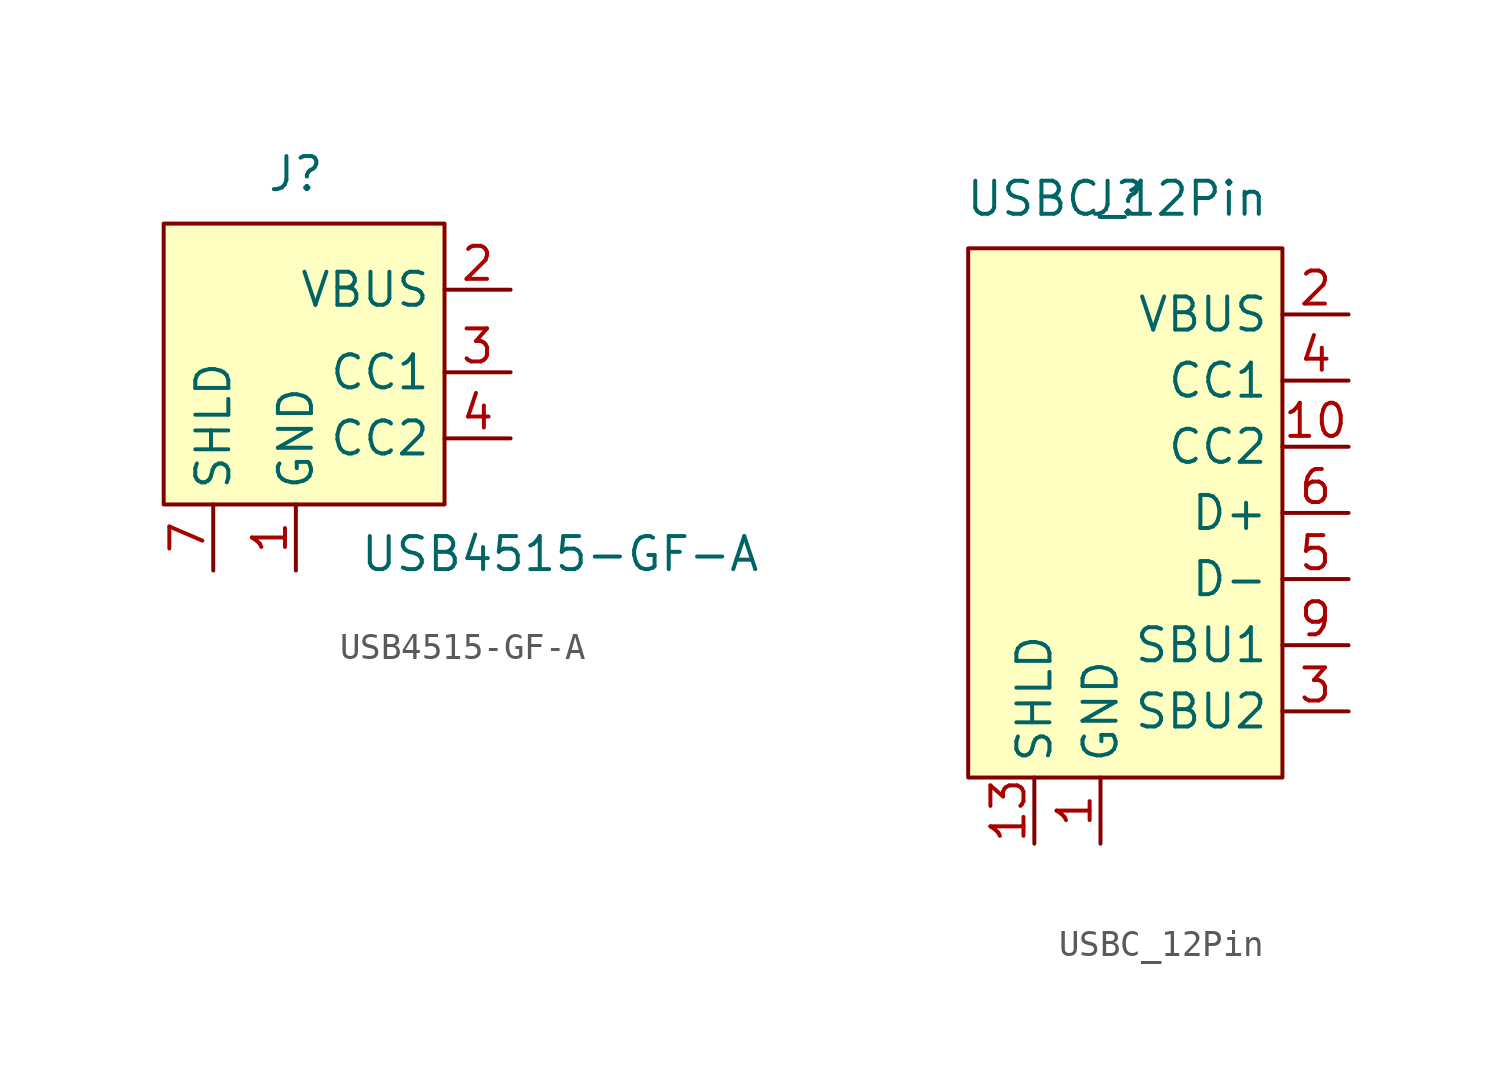
<source format=kicad_sym>
(kicad_symbol_lib
  (version 20231120)
  (generator "kicad_symbol_editor")
  (generator_version "8.0")
  (symbol "USB4515-GF-A"
    (property "Reference" "J"
      (at 5.08 1.905 0)
      (effects (font (size 1.27 1.27))))
    (property "Value" "USB4515-GF-A"
      (at 15.24 -12.7 0)
      (effects (font (size 1.27 1.27))))
    (symbol "USB4515-GF-A_0_1"
      (rectangle (start 0 0) (end 10.795 -10.795) (stroke (width 0) (type default)) (fill (type background))))
    (symbol "USB4515-GF-A_1_1"
      (pin input line (at 5.08 -13.335 90) (length 2.54) (name "GND" (effects (font (size 1.27 1.27)))) (number "1" (effects (font (size 1.27 1.27)))))
      (pin input line (at 13.335 -2.54 180) (length 2.54) (name "VBUS" (effects (font (size 1.27 1.27)))) (number "2" (effects (font (size 1.27 1.27)))))
      (pin input line (at 13.335 -5.715 180) (length 2.54) (name "CC1" (effects (font (size 1.27 1.27)))) (number "3" (effects (font (size 1.27 1.27)))))
      (pin input line (at 13.335 -8.255 180) (length 2.54) (name "CC2" (effects (font (size 1.27 1.27)))) (number "4" (effects (font (size 1.27 1.27)))))
      (pin input line (at 13.335 -2.54 180) (length 2.54) hide (name "VBUS" (effects (font (size 1.27 1.27)))) (number "5" (effects (font (size 1.27 1.27)))))
      (pin input line (at 5.08 -13.335 90) (length 2.54) hide (name "GND" (effects (font (size 1.27 1.27)))) (number "6" (effects (font (size 1.27 1.27)))))
      (pin input line (at 1.905 -13.335 90) (length 2.54) (name "SHLD" (effects (font (size 1.27 1.27)))) (number "7" (effects (font (size 1.27 1.27)))))))
  (symbol "USBC_12Pin"
    (property "Reference" "J"
      (at -0.635 3.175 0)
      (effects (font (size 1.27 1.27))))
    (property "Value" "USBC_12Pin"
      (at -0.635 3.175 0)
      (effects (font (size 1.27 1.27))))
    (symbol "USBC_12Pin_0_1"
      (rectangle (start -6.35 1.27) (end 5.715 -19.05) (stroke (width 0) (type default)) (fill (type background))))
    (symbol "USBC_12Pin_1_1"
      (pin input line (at -1.27 -21.59 90) (length 2.54) (name "GND" (effects (font (size 1.27 1.27)))) (number "1" (effects (font (size 1.27 1.27)))))
      (pin input line (at 8.255 -6.35 180) (length 2.54) (name "CC2" (effects (font (size 1.27 1.27)))) (number "10" (effects (font (size 1.27 1.27)))))
      (pin input line (at 8.255 -1.27 180) (length 2.54) hide (name "VBUS" (effects (font (size 1.27 1.27)))) (number "11" (effects (font (size 1.27 1.27)))))
      (pin input line (at -1.27 -21.59 90) (length 2.54) hide (name "GND" (effects (font (size 1.27 1.27)))) (number "12" (effects (font (size 1.27 1.27)))))
      (pin input line (at -3.81 -21.59 90) (length 2.54) (name "SHLD" (effects (font (size 1.27 1.27)))) (number "13" (effects (font (size 1.27 1.27)))))
      (pin input line (at 8.255 -1.27 180) (length 2.54) (name "VBUS" (effects (font (size 1.27 1.27)))) (number "2" (effects (font (size 1.27 1.27)))))
      (pin input line (at 8.255 -16.51 180) (length 2.54) (name "SBU2" (effects (font (size 1.27 1.27)))) (number "3" (effects (font (size 1.27 1.27)))))
      (pin input line (at 8.255 -3.81 180) (length 2.54) (name "CC1" (effects (font (size 1.27 1.27)))) (number "4" (effects (font (size 1.27 1.27)))))
      (pin input line (at 8.255 -11.43 180) (length 2.54) (name "D-" (effects (font (size 1.27 1.27)))) (number "5" (effects (font (size 1.27 1.27)))))
      (pin input line (at 8.255 -8.89 180) (length 2.54) (name "D+" (effects (font (size 1.27 1.27)))) (number "6" (effects (font (size 1.27 1.27)))))
      (pin input line (at 8.255 -11.43 180) (length 2.54) hide (name "D-" (effects (font (size 1.27 1.27)))) (number "7" (effects (font (size 1.27 1.27)))))
      (pin input line (at 8.255 -8.89 180) (length 2.54) hide (name "D+" (effects (font (size 1.27 1.27)))) (number "8" (effects (font (size 1.27 1.27)))))
      (pin input line (at 8.255 -13.97 180) (length 2.54) (name "SBU1" (effects (font (size 1.27 1.27)))) (number "9" (effects (font (size 1.27 1.27))))))))
</source>
